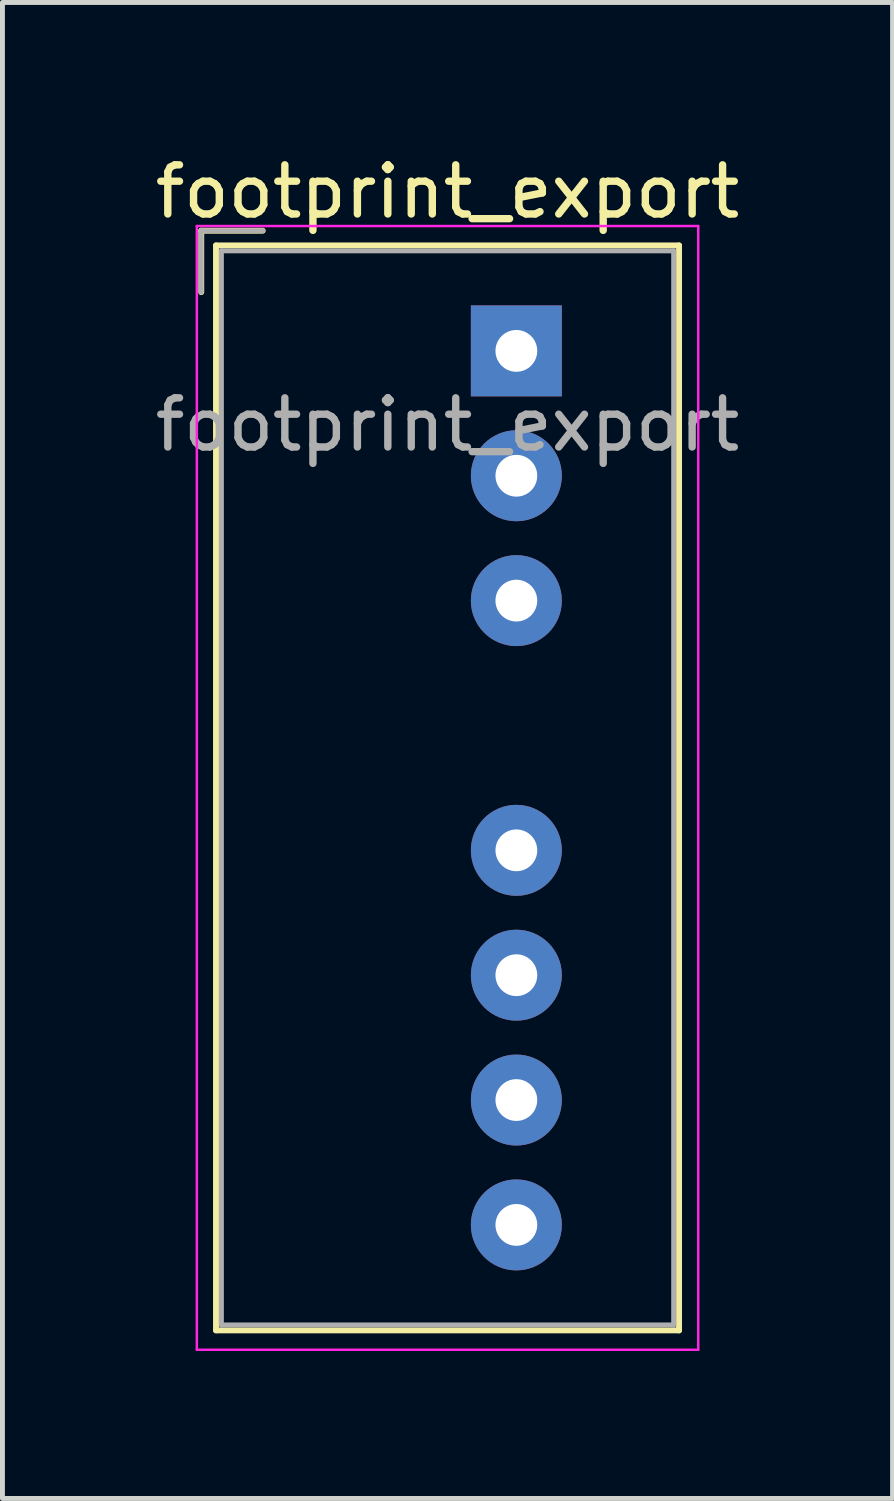
<source format=kicad_pcb>
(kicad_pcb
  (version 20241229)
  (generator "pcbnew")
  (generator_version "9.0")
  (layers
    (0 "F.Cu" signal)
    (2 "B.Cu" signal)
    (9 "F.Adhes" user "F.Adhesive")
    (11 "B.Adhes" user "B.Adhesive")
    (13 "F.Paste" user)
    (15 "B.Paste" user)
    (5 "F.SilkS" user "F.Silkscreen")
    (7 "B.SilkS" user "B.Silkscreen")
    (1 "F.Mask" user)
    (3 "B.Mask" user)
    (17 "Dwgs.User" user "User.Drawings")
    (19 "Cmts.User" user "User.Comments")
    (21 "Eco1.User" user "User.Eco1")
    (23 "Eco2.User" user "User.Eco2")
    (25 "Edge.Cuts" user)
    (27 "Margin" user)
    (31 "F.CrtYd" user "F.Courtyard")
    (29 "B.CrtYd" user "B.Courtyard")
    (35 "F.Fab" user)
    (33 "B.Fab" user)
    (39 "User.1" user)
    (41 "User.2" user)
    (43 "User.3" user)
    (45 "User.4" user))
  (footprint "footprint_export"
    (layer "F.Cu")
    (at 7.454 4.088)
    (property "Reference" "footprint_export" (at -1.4 -3.24 0) (layer "F.SilkS") (effects (font (size 1 1) (thickness 0.15))))
    (attr through_hole)
    (fp_line (start -6.41 -2.445) (end -6.41 -1.195) (stroke (width 0.12) (type solid)) (layer "F.SilkS"))
    (fp_line (start -6.11 -2.145) (end -6.11 19.925) (stroke (width 0.12) (type solid)) (layer "F.SilkS"))
    (fp_line (start -6.11 19.925) (end 3.31 19.925) (stroke (width 0.12) (type solid)) (layer "F.SilkS"))
    (fp_line (start -5.16 -2.445) (end -6.41 -2.445) (stroke (width 0.12) (type solid)) (layer "F.SilkS"))
    (fp_line (start 3.31 -2.145) (end -6.11 -2.145) (stroke (width 0.12) (type solid)) (layer "F.SilkS"))
    (fp_line (start 3.31 19.925) (end 3.31 -2.145) (stroke (width 0.12) (type solid)) (layer "F.SilkS"))
    (fp_line (start -6.5 -2.54) (end -6.5 20.32) (stroke (width 0.05) (type solid)) (layer "F.CrtYd"))
    (fp_line (start -6.5 20.32) (end 3.7 20.32) (stroke (width 0.05) (type solid)) (layer "F.CrtYd"))
    (fp_line (start 3.7 -2.54) (end -6.5 -2.54) (stroke (width 0.05) (type solid)) (layer "F.CrtYd"))
    (fp_line (start 3.7 20.32) (end 3.7 -2.54) (stroke (width 0.05) (type solid)) (layer "F.CrtYd"))
    (fp_line (start -6.41 -2.445) (end -6.41 -1.195) (stroke (width 0.1) (type solid)) (layer "F.Fab"))
    (fp_line (start -6 -2.035) (end -6 19.815) (stroke (width 0.1) (type solid)) (layer "F.Fab"))
    (fp_line (start -6 19.815) (end 3.2 19.815) (stroke (width 0.1) (type solid)) (layer "F.Fab"))
    (fp_line (start -5.16 -2.445) (end -6.41 -2.445) (stroke (width 0.1) (type solid)) (layer "F.Fab"))
    (fp_line (start 3.2 -2.035) (end -6 -2.035) (stroke (width 0.1) (type solid)) (layer "F.Fab"))
    (fp_line (start 3.2 19.815) (end 3.2 -2.035) (stroke (width 0.1) (type solid)) (layer "F.Fab"))
    (fp_text user "${REFERENCE}" (at -1.4 1.5 0) (layer "F.Fab") (effects (font (size 1 1) (thickness 0.15))))
    (pad "1" thru_hole rect (at 0 0) (size 1.85 1.85) (drill 0.85) (layers "*.Cu" "*.Mask"))
    (pad "2" thru_hole circle (at 0 2.54) (size 1.85 1.85) (drill 0.85) (layers "*.Cu" "*.Mask"))
    (pad "3" thru_hole circle (at 0 5.08) (size 1.85 1.85) (drill 0.85) (layers "*.Cu" "*.Mask"))
    (pad "5" thru_hole circle (at 0 10.16) (size 1.85 1.85) (drill 0.85) (layers "*.Cu" "*.Mask"))
    (pad "6" thru_hole circle (at 0 12.7) (size 1.85 1.85) (drill 0.85) (layers "*.Cu" "*.Mask"))
    (pad "7" thru_hole circle (at 0 15.24) (size 1.85 1.85) (drill 0.85) (layers "*.Cu" "*.Mask"))
    (pad "8" thru_hole circle (at 0 17.78) (size 1.85 1.85) (drill 0.85) (layers "*.Cu" "*.Mask")))
  (gr_rect
    (start -3 -3)
    (end 15.107 27.433)
    (stroke (width 0.1) (type default))
    (fill no)
    (layer "Edge.Cuts")))
</source>
